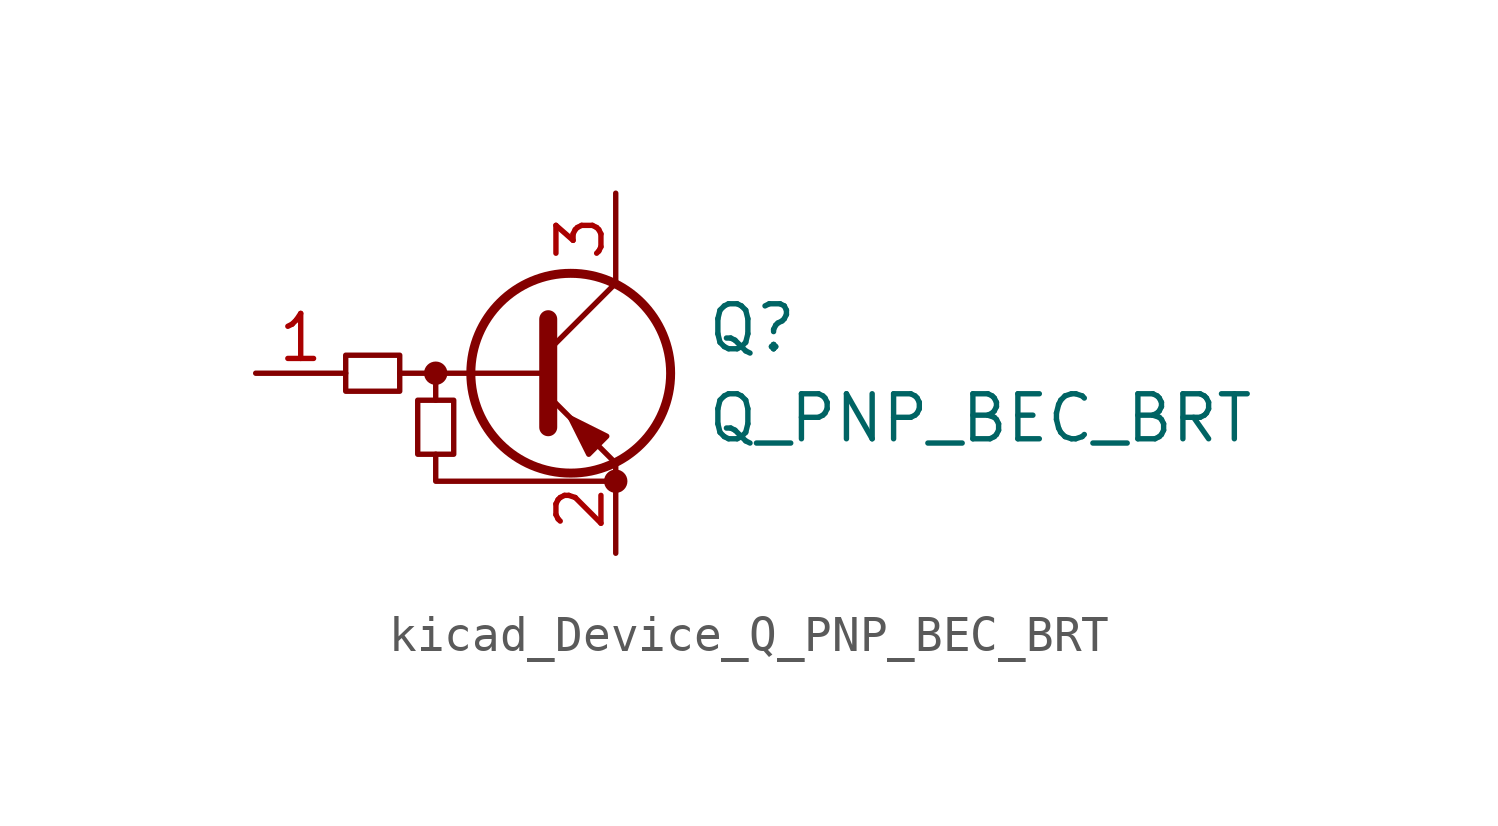
<source format=kicad_sym>
(kicad_symbol_lib
  (version 20220914)
  (generator kicad_symbol_editor)
  (symbol "kicad_Device_Q_PNP_BEC_BRT"
    (pin_names hide)
    (property "Reference" "Q"
      (at 3.81 1.27 0)
      (effects (font (size 1.27 1.27)) (justify left)))
    (property "Value" "Q_PNP_BEC_BRT"
      (at 3.81 -1.27 0)
      (effects (font (size 1.27 1.27)) (justify left)))
    (symbol "kicad_Device_Q_PNP_BEC_BRT_0_1"
      (rectangle (start -6.35 0.508) (end -4.826 -0.508) (stroke (width 0) (type default)) (fill (type none)))
      (rectangle (start -4.318 -2.286) (end -3.302 -0.762) (stroke (width 0) (type default)) (fill (type none)))
      (circle (center -3.81 0) (radius 0.254) (stroke (width 0) (type default)) (fill (type outline)))
      (polyline (pts (xy -3.81 -0.762) (xy -3.81 0)) (stroke (width 0) (type default)) (fill (type none)))
      (polyline (pts (xy -0.762 0) (xy -4.826 0)) (stroke (width 0) (type default)) (fill (type none)))
      (polyline (pts (xy -0.635 1.524) (xy -0.635 -1.524)) (stroke (width 0.508) (type default)) (fill (type none)))
      (polyline (pts (xy -3.81 -2.286) (xy -3.81 -3.048) (xy 1.27 -3.048)) (stroke (width 0) (type default)) (fill (type none)))
      (polyline (pts (xy 1.016 -1.778) (xy 0.508 -2.286) (xy 0 -1.27) (xy 1.016 -1.778) (xy 1.016 -1.778)) (stroke (width 0) (type default)) (fill (type outline)))
      (circle (center 1.27 -3.048) (radius 0.254) (stroke (width 0) (type default)) (fill (type outline))))
    (symbol "kicad_Device_Q_PNP_BEC_BRT_1_1"
      (polyline (pts (xy -0.635 0.635) (xy 1.27 2.54)) (stroke (width 0) (type default)) (fill (type none)))
      (polyline (pts (xy -0.635 -0.635) (xy 1.27 -2.54) (xy 1.27 -2.54)) (stroke (width 0) (type default)) (fill (type none)))
      (circle (center 0 0) (radius 2.819) (stroke (width 0.254) (type default)) (fill (type none)))
      (pin input line (at -8.89 0 0) (length 2.54) (name "B" (effects (font (size 1.27 1.27)))) (number "1" (effects (font (size 1.27 1.27)))))
      (pin passive line (at 1.27 -5.08 90) (length 2.54) (name "E" (effects (font (size 1.27 1.27)))) (number "2" (effects (font (size 1.27 1.27)))))
      (pin passive line (at 1.27 5.08 270) (length 2.54) (name "C" (effects (font (size 1.27 1.27)))) (number "3" (effects (font (size 1.27 1.27))))))))
</source>
